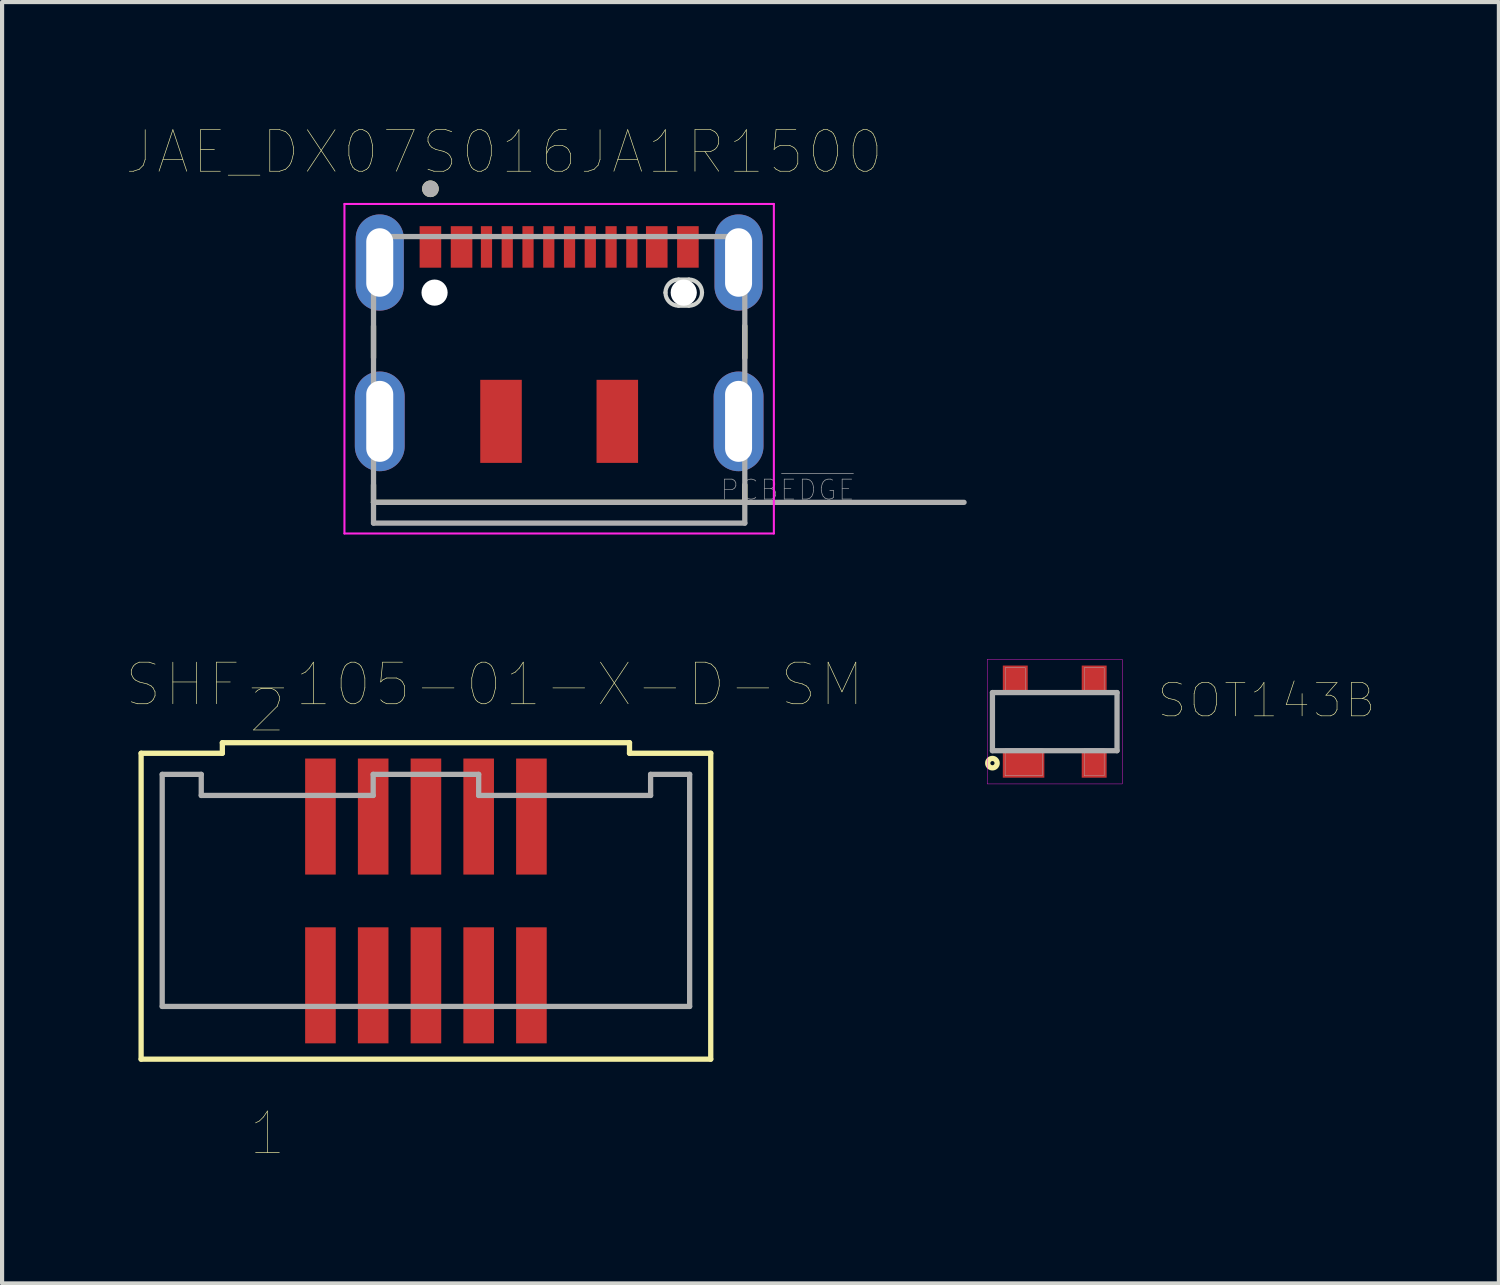
<source format=kicad_pcb>
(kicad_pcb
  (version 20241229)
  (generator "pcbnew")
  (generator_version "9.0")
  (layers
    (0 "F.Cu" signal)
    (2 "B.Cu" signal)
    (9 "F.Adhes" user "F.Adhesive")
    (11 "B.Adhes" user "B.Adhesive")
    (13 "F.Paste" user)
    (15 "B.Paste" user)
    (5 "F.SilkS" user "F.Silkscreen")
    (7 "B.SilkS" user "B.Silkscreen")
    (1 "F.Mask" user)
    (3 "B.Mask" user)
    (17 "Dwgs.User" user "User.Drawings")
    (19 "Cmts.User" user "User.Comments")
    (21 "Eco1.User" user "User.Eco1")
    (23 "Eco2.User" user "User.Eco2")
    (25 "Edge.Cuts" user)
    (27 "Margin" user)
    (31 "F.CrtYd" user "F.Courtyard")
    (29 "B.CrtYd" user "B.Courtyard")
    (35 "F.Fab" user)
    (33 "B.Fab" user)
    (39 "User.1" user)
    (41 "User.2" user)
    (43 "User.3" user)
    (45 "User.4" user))
  (footprint "SOT143B"
    (layer "F.Cu")
    (at 22.347 14.326)
    (property "Reference" "SOT143B" (at 5.096 -0.51 0) (layer "F.SilkS") (effects (font (size 0.803 0.803) (thickness 0.015))))
    (attr through_hole)
    (fp_circle (center -1.5 1) (end -1.45 1) (stroke (width 0.127) (type solid)) (fill no) (layer "F.SilkS"))
    (fp_poly (pts (xy -1.202 -1.3) (xy -0.7 -1.3) (xy -0.7 -0.701) (xy -1.202 -0.701)) (stroke (width 0.01) (type solid)) (fill yes) (layer "F.Paste"))
    (fp_poly (pts (xy -1.202 0.7) (xy -0.3 0.7) (xy -0.3 1.302) (xy -1.202 1.302)) (stroke (width 0.01) (type solid)) (fill yes) (layer "F.Paste"))
    (fp_poly (pts (xy 0.701 0.7) (xy 1.2 0.7) (xy 1.2 1.301) (xy 0.701 1.301)) (stroke (width 0.01) (type solid)) (fill yes) (layer "F.Paste"))
    (fp_poly (pts (xy 0.701 -1.3) (xy 1.2 -1.3) (xy 1.2 -0.701) (xy 0.701 -0.701)) (stroke (width 0.01) (type solid)) (fill yes) (layer "F.Paste"))
    (fp_poly (pts (xy -1.626 -1.5) (xy 1.625 -1.5) (xy 1.625 1.501) (xy -1.626 1.501)) (stroke (width 0.01) (type solid)) (fill no) (layer "F.CrtYd"))
    (fp_line (start -1.5 -0.7) (end 1.5 -0.7) (stroke (width 0.127) (type solid)) (layer "F.Fab"))
    (fp_line (start -1.5 0.7) (end -1.5 -0.7) (stroke (width 0.127) (type solid)) (layer "F.Fab"))
    (fp_line (start 1.5 -0.7) (end 1.5 0.7) (stroke (width 0.127) (type solid)) (layer "F.Fab"))
    (fp_line (start 1.5 0.7) (end -1.5 0.7) (stroke (width 0.127) (type solid)) (layer "F.Fab"))
    (fp_poly (pts (xy -1.194 0.65) (xy -0.3 0.65) (xy -0.3 1.304) (xy -1.194 1.304)) (stroke (width 0.01) (type solid)) (fill no) (layer "F.Fab"))
    (fp_poly (pts (xy -1.191 -1.3) (xy -0.71 -1.3) (xy -0.71 -0.651) (xy -1.191 -0.651)) (stroke (width 0.01) (type solid)) (fill no) (layer "F.Fab"))
    (fp_poly (pts (xy 0.711 0.65) (xy 1.19 0.65) (xy 1.19 1.303) (xy 0.711 1.303)) (stroke (width 0.01) (type solid)) (fill no) (layer "F.Fab"))
    (fp_poly (pts (xy 0.712 -1.3) (xy 1.19 -1.3) (xy 1.19 -0.652) (xy 0.712 -0.652)) (stroke (width 0.01) (type solid)) (fill no) (layer "F.Fab"))
    (pad "1" smd rect (at -0.75 1) (size 1 0.7) (layers "F.Cu" "F.Mask" "F.Paste"))
    (pad "2" smd rect (at 0.95 1) (size 0.6 0.7) (layers "F.Cu" "F.Mask" "F.Paste"))
    (pad "3" smd rect (at 0.95 -1) (size 0.6 0.7) (layers "F.Cu" "F.Mask" "F.Paste"))
    (pad "4" smd rect (at -0.95 -1) (size 0.6 0.7) (layers "F.Cu" "F.Mask" "F.Paste")))
  (footprint "JAE_DX07S016JA1R1500"
    (layer "F.Cu")
    (at 10.414 3.996)
    (property "Reference" "JAE_DX07S016JA1R1500" (at -1.325 -3.385 0) (layer "F.SilkS") (effects (font (size 1 1) (thickness 0.015))))
    (attr through_hole)
    (fp_line (start -4.47 0.805) (end -4.47 1.57) (stroke (width 0.127) (type solid)) (layer "F.SilkS"))
    (fp_line (start -4.47 5.05) (end -4.47 4.63) (stroke (width 0.127) (type solid)) (layer "F.SilkS"))
    (fp_line (start 4.47 0.805) (end 4.47 1.57) (stroke (width 0.127) (type solid)) (layer "F.SilkS"))
    (fp_line (start 4.47 4.63) (end 4.47 5.05) (stroke (width 0.127) (type solid)) (layer "F.SilkS"))
    (fp_line (start 4.47 5.05) (end -4.47 5.05) (stroke (width 0.127) (type solid)) (layer "F.SilkS"))
    (fp_circle (center -3.1 -2.5) (end -3 -2.5) (stroke (width 0.2) (type solid)) (fill no) (layer "F.SilkS"))
    (fp_line (start 2.875 -0.315) (end 3.125 -0.315) (stroke (width 0.1) (type solid)) (layer "Edge.Cuts"))
    (fp_line (start 3.125 0.315) (end 2.875 0.315) (stroke (width 0.1) (type solid)) (layer "Edge.Cuts"))
    (fp_arc (start 2.56 0) (mid 2.652261 -0.222739) (end 2.875 -0.315) (stroke (width 0.1) (type solid)) (layer "Edge.Cuts"))
    (fp_arc (start 2.875 0.315) (mid 2.652261 0.222739) (end 2.56 0) (stroke (width 0.1) (type solid)) (layer "Edge.Cuts"))
    (fp_arc (start 3.125 -0.315) (mid 3.347739 -0.222739) (end 3.44 0) (stroke (width 0.1) (type solid)) (layer "Edge.Cuts"))
    (fp_arc (start 3.44 0) (mid 3.347739 0.222739) (end 3.125 0.315) (stroke (width 0.1) (type solid)) (layer "Edge.Cuts"))
    (fp_line (start -5.17 -2.135) (end 5.17 -2.135) (stroke (width 0.05) (type solid)) (layer "F.CrtYd"))
    (fp_line (start -5.17 5.8) (end -5.17 -2.135) (stroke (width 0.05) (type solid)) (layer "F.CrtYd"))
    (fp_line (start 5.17 -2.135) (end 5.17 5.8) (stroke (width 0.05) (type solid)) (layer "F.CrtYd"))
    (fp_line (start 5.17 5.8) (end -5.17 5.8) (stroke (width 0.05) (type solid)) (layer "F.CrtYd"))
    (fp_line (start -4.47 -1.35) (end 4.47 -1.35) (stroke (width 0.127) (type solid)) (layer "F.Fab"))
    (fp_line (start -4.47 5.05) (end -4.47 -1.35) (stroke (width 0.127) (type solid)) (layer "F.Fab"))
    (fp_line (start -4.47 5.55) (end -4.47 5.05) (stroke (width 0.127) (type solid)) (layer "F.Fab"))
    (fp_line (start 4.47 -1.35) (end 4.47 5.05) (stroke (width 0.127) (type solid)) (layer "F.Fab"))
    (fp_line (start 4.47 5.05) (end -4.47 5.05) (stroke (width 0.127) (type solid)) (layer "F.Fab"))
    (fp_line (start 4.47 5.05) (end 4.47 5.55) (stroke (width 0.127) (type solid)) (layer "F.Fab"))
    (fp_line (start 4.47 5.05) (end 9.75 5.05) (stroke (width 0.127) (type solid)) (layer "F.Fab"))
    (fp_line (start 4.47 5.55) (end -4.47 5.55) (stroke (width 0.127) (type solid)) (layer "F.Fab"))
    (fp_circle (center -3.1 -2.5) (end -3 -2.5) (stroke (width 0.2) (type solid)) (fill no) (layer "F.Fab"))
    (fp_text user "PCB~{EDGE}" (at 5.5 4.75 0) (layer "F.Fab") (effects (font (size 0.48 0.48) (thickness 0.015))))
    (pad "" np_thru_hole circle (at -3 0) (size 0.63 0.63) (drill 0.63) (layers "*.Cu" "*.Mask"))
    (pad "" np_thru_hole circle (at 3 0) (size 0.6 0.6) (drill 0.6) (layers "*.Cu" "*.Mask"))
    (pad "" np_thru_hole circle (at 3 0) (size 0.63 0.63) (drill 0.63) (layers "*.Cu" "*.Mask"))
    (pad "1" smd rect (at -3.1 -1.1) (size 0.52 1) (layers "F.Cu" "F.Mask" "F.Paste"))
    (pad "2" smd rect (at -2.35 -1.1) (size 0.52 1) (layers "F.Cu" "F.Mask" "F.Paste"))
    (pad "3" smd rect (at -1.75 -1.1) (size 0.27 1) (layers "F.Cu" "F.Mask" "F.Paste"))
    (pad "4" smd rect (at -1.25 -1.1) (size 0.27 1) (layers "F.Cu" "F.Mask" "F.Paste"))
    (pad "5" smd rect (at -0.75 -1.1) (size 0.27 1) (layers "F.Cu" "F.Mask" "F.Paste"))
    (pad "6" smd rect (at -0.25 -1.1) (size 0.27 1) (layers "F.Cu" "F.Mask" "F.Paste"))
    (pad "7" smd rect (at 0.25 -1.1) (size 0.27 1) (layers "F.Cu" "F.Mask" "F.Paste"))
    (pad "8" smd rect (at 0.75 -1.1) (size 0.27 1) (layers "F.Cu" "F.Mask" "F.Paste"))
    (pad "9" smd rect (at 1.25 -1.1) (size 0.27 1) (layers "F.Cu" "F.Mask" "F.Paste"))
    (pad "10" smd rect (at 1.75 -1.1) (size 0.27 1) (layers "F.Cu" "F.Mask" "F.Paste"))
    (pad "11" smd rect (at 2.35 -1.1) (size 0.52 1) (layers "F.Cu" "F.Mask" "F.Paste"))
    (pad "12" smd rect (at 3.1 -1.1) (size 0.52 1) (layers "F.Cu" "F.Mask" "F.Paste"))
    (pad "S1" smd rect (at -1.4 3.1) (size 1 2) (layers "F.Cu" "F.Mask" "F.Paste"))
    (pad "S2" smd rect (at 1.4 3.1) (size 1 2) (layers "F.Cu" "F.Mask" "F.Paste"))
    (pad "S3" thru_hole oval (at -4.32 -0.725) (size 1.158 2.316) (drill oval 0.65 1.65) (layers "*.Cu" "*.Mask"))
    (pad "S4" thru_hole oval (at 4.32 -0.725) (size 1.158 2.316) (drill oval 0.65 1.65) (layers "*.Cu" "*.Mask"))
    (pad "S5" thru_hole oval (at -4.32 3.1) (size 1.2 2.4) (drill oval 0.65 1.95) (layers "*.Cu" "*.Mask"))
    (pad "S6" thru_hole oval (at 4.32 3.1) (size 1.2 2.4) (drill oval 0.65 1.95) (layers "*.Cu" "*.Mask")))
  (footprint "SHF-105-01-X-D-SM"
    (layer "F.Cu")
    (at 7.206 18.644)
    (property "Reference" "SHF-105-01-X-D-SM" (at 1.652 -5.211 0) (layer "F.SilkS") (effects (font (size 1.001 1.001) (thickness 0.015))))
    (attr through_hole)
    (fp_line (start -6.858 -3.556) (end -4.902 -3.556) (stroke (width 0.127) (type solid)) (layer "F.SilkS"))
    (fp_line (start -6.858 3.81) (end -6.858 -3.556) (stroke (width 0.127) (type solid)) (layer "F.SilkS"))
    (fp_line (start -4.902 -3.81) (end 4.902 -3.81) (stroke (width 0.127) (type solid)) (layer "F.SilkS"))
    (fp_line (start -4.902 -3.556) (end -4.902 -3.81) (stroke (width 0.127) (type solid)) (layer "F.SilkS"))
    (fp_line (start 4.902 -3.81) (end 4.902 -3.556) (stroke (width 0.127) (type solid)) (layer "F.SilkS"))
    (fp_line (start 4.902 -3.556) (end 6.858 -3.556) (stroke (width 0.127) (type solid)) (layer "F.SilkS"))
    (fp_line (start 6.858 -3.556) (end 6.858 3.81) (stroke (width 0.127) (type solid)) (layer "F.SilkS"))
    (fp_line (start 6.858 3.81) (end -6.858 3.81) (stroke (width 0.127) (type solid)) (layer "F.SilkS"))
    (fp_line (start -6.35 -3.048) (end -5.41 -3.048) (stroke (width 0.127) (type solid)) (layer "F.Fab"))
    (fp_line (start -6.35 2.54) (end -6.35 -3.048) (stroke (width 0.127) (type solid)) (layer "F.Fab"))
    (fp_line (start -5.41 -3.048) (end -5.41 -2.54) (stroke (width 0.127) (type solid)) (layer "F.Fab"))
    (fp_line (start -5.41 -2.54) (end -1.27 -2.54) (stroke (width 0.127) (type solid)) (layer "F.Fab"))
    (fp_line (start -1.27 -3.048) (end 1.27 -3.048) (stroke (width 0.127) (type solid)) (layer "F.Fab"))
    (fp_line (start -1.27 -2.54) (end -1.27 -3.048) (stroke (width 0.127) (type solid)) (layer "F.Fab"))
    (fp_line (start 1.27 -3.048) (end 1.27 -2.54) (stroke (width 0.127) (type solid)) (layer "F.Fab"))
    (fp_line (start 1.27 -2.54) (end 5.41 -2.54) (stroke (width 0.127) (type solid)) (layer "F.Fab"))
    (fp_line (start 5.41 -3.048) (end 6.35 -3.048) (stroke (width 0.127) (type solid)) (layer "F.Fab"))
    (fp_line (start 5.41 -2.54) (end 5.41 -3.048) (stroke (width 0.127) (type solid)) (layer "F.Fab"))
    (fp_line (start 6.35 -3.048) (end 6.35 2.54) (stroke (width 0.127) (type solid)) (layer "F.Fab"))
    (fp_line (start 6.35 2.54) (end -6.35 2.54) (stroke (width 0.127) (type solid)) (layer "F.Fab"))
    (fp_text user "1" (at -3.816 5.597 0) (layer "F.SilkS") (effects (font (size 1.002 1.002) (thickness 0.015))))
    (fp_text user "2" (at -3.817 -4.58 0) (layer "F.SilkS") (effects (font (size 1.002 1.002) (thickness 0.015))))
    (pad "1" smd rect (at -2.54 2.032) (size 0.737 2.794) (layers "F.Cu" "F.Mask" "F.Paste"))
    (pad "2" smd rect (at -2.54 -2.032) (size 0.737 2.794) (layers "F.Cu" "F.Mask" "F.Paste"))
    (pad "3" smd rect (at -1.27 2.032) (size 0.737 2.794) (layers "F.Cu" "F.Mask" "F.Paste"))
    (pad "4" smd rect (at -1.27 -2.032) (size 0.737 2.794) (layers "F.Cu" "F.Mask" "F.Paste"))
    (pad "5" smd rect (at 0 2.032) (size 0.737 2.794) (layers "F.Cu" "F.Mask" "F.Paste"))
    (pad "6" smd rect (at 0 -2.032) (size 0.737 2.794) (layers "F.Cu" "F.Mask" "F.Paste"))
    (pad "7" smd rect (at 1.27 2.032) (size 0.737 2.794) (layers "F.Cu" "F.Mask" "F.Paste"))
    (pad "8" smd rect (at 1.27 -2.032) (size 0.737 2.794) (layers "F.Cu" "F.Mask" "F.Paste"))
    (pad "9" smd rect (at 2.54 2.032) (size 0.737 2.794) (layers "F.Cu" "F.Mask" "F.Paste"))
    (pad "10" smd rect (at 2.54 -2.032) (size 0.737 2.794) (layers "F.Cu" "F.Mask" "F.Paste")))
  (gr_rect
    (start -3 -3)
    (end 33.042 27.853)
    (stroke (width 0.1) (type default))
    (fill no)
    (layer "Edge.Cuts")))
</source>
